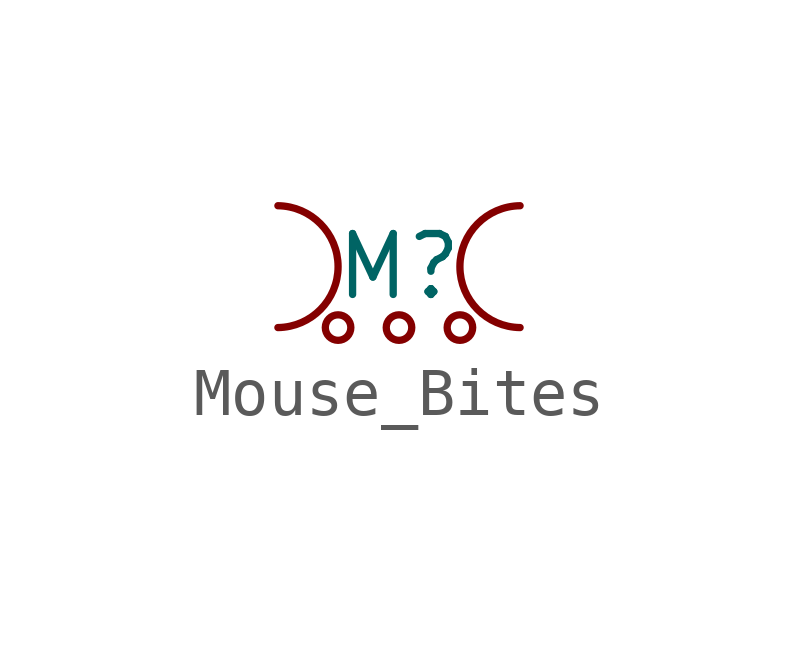
<source format=kicad_sym>
(kicad_symbol_lib
  (version 20220914)
  (generator kicad_symbol_editor)
  (symbol "Mouse_Bites"
    (property "Reference" "M"
      (at 0 0 0)
      (effects (font (size 1.27 1.27))))
    (property "Value" ""
      (at 0 0 0)
      (effects (font (size 1.27 1.27))))
    (symbol "Mouse_Bites_0_1"
      (arc (start -2.5241 -1.27) (mid -1.2699 0) (end -2.5241 1.27) (stroke (width 0) (type default)) (fill (type none)))
      (circle (center -1.27 -1.27) (radius 0.266) (stroke (width 0) (type default)) (fill (type none)))
      (circle (center 0 -1.27) (radius 0.266) (stroke (width 0) (type default)) (fill (type none)))
      (circle (center 1.27 -1.27) (radius 0.266) (stroke (width 0) (type default)) (fill (type none)))
      (arc (start 2.5241 1.27) (mid 1.2699 0) (end 2.5241 -1.27) (stroke (width 0) (type default)) (fill (type none))))))
</source>
